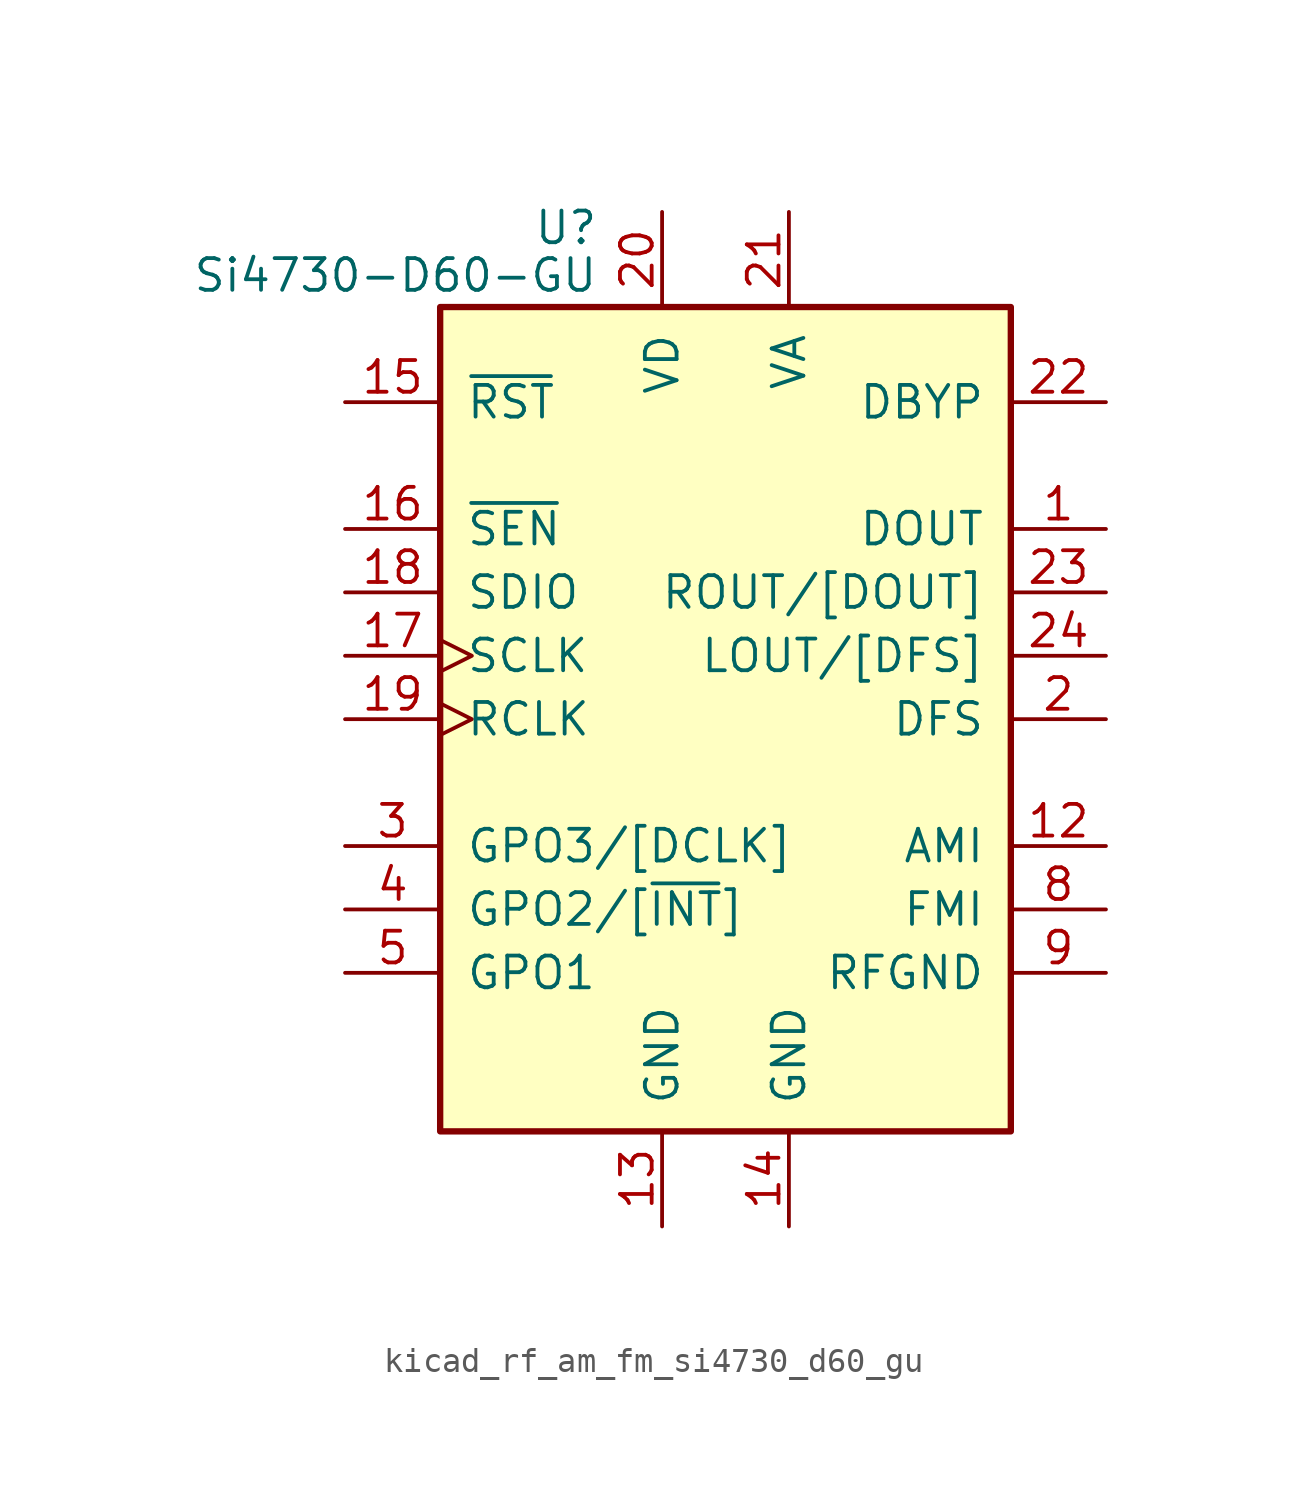
<source format=kicad_sym>
(kicad_symbol_lib
  (version 20220914)
  (generator kicad_symbol_editor)
  (symbol "kicad_rf_am_fm_si4730_d60_gu"
    (pin_names
      (offset 1.016))
    (property "Reference" "U"
      (at -5.08 19.685 0)
      (effects (font (size 1.27 1.27)) (justify right)))
    (property "Value" "Si4730-D60-GU"
      (at -5.08 17.78 0)
      (effects (font (size 1.27 1.27)) (justify right)))
    (symbol "kicad_rf_am_fm_si4730_d60_gu_0_1"
      (rectangle (start 11.43 16.51) (end -11.43 -16.51) (stroke (width 0.254) (type default)) (fill (type background))))
    (symbol "kicad_rf_am_fm_si4730_d60_gu_1_1"
      (pin output line (at 15.24 7.62 180) (length 3.81) (name "DOUT" (effects (font (size 1.27 1.27)))) (number "1" (effects (font (size 1.27 1.27)))))
      (pin no_connect line (at -5.08 -16.51 90) (length 3.81) hide (name "NC" (effects (font (size 1.27 1.27)))) (number "10" (effects (font (size 1.27 1.27)))))
      (pin no_connect line (at 5.08 -16.51 90) (length 3.81) hide (name "NC" (effects (font (size 1.27 1.27)))) (number "11" (effects (font (size 1.27 1.27)))))
      (pin input line (at 15.24 -5.08 180) (length 3.81) (name "AMI" (effects (font (size 1.27 1.27)))) (number "12" (effects (font (size 1.27 1.27)))))
      (pin power_in line (at -2.54 -20.32 90) (length 3.81) (name "GND" (effects (font (size 1.27 1.27)))) (number "13" (effects (font (size 1.27 1.27)))))
      (pin power_in line (at 2.54 -20.32 90) (length 3.81) (name "GND" (effects (font (size 1.27 1.27)))) (number "14" (effects (font (size 1.27 1.27)))))
      (pin input line (at -15.24 12.7 0) (length 3.81) (name "~{RST}" (effects (font (size 1.27 1.27)))) (number "15" (effects (font (size 1.27 1.27)))))
      (pin input line (at -15.24 7.62 0) (length 3.81) (name "~{SEN}" (effects (font (size 1.27 1.27)))) (number "16" (effects (font (size 1.27 1.27)))))
      (pin input clock (at -15.24 2.54 0) (length 3.81) (name "SCLK" (effects (font (size 1.27 1.27)))) (number "17" (effects (font (size 1.27 1.27)))))
      (pin bidirectional line (at -15.24 5.08 0) (length 3.81) (name "SDIO" (effects (font (size 1.27 1.27)))) (number "18" (effects (font (size 1.27 1.27)))))
      (pin input clock (at -15.24 0 0) (length 3.81) (name "RCLK" (effects (font (size 1.27 1.27)))) (number "19" (effects (font (size 1.27 1.27)))))
      (pin input line (at 15.24 0 180) (length 3.81) (name "DFS" (effects (font (size 1.27 1.27)))) (number "2" (effects (font (size 1.27 1.27)))))
      (pin power_in line (at -2.54 20.32 270) (length 3.81) (name "VD" (effects (font (size 1.27 1.27)))) (number "20" (effects (font (size 1.27 1.27)))))
      (pin power_in line (at 2.54 20.32 270) (length 3.81) (name "VA" (effects (font (size 1.27 1.27)))) (number "21" (effects (font (size 1.27 1.27)))))
      (pin passive line (at 15.24 12.7 180) (length 3.81) (name "DBYP" (effects (font (size 1.27 1.27)))) (number "22" (effects (font (size 1.27 1.27)))))
      (pin output line (at 15.24 5.08 180) (length 3.81) (name "ROUT/[DOUT]" (effects (font (size 1.27 1.27)))) (number "23" (effects (font (size 1.27 1.27)))))
      (pin bidirectional line (at 15.24 2.54 180) (length 3.81) (name "LOUT/[DFS]" (effects (font (size 1.27 1.27)))) (number "24" (effects (font (size 1.27 1.27)))))
      (pin bidirectional line (at -15.24 -5.08 0) (length 3.81) (name "GPO3/[DCLK]" (effects (font (size 1.27 1.27)))) (number "3" (effects (font (size 1.27 1.27)))))
      (pin output line (at -15.24 -7.62 0) (length 3.81) (name "GPO2/[~{INT}]" (effects (font (size 1.27 1.27)))) (number "4" (effects (font (size 1.27 1.27)))))
      (pin output line (at -15.24 -10.16 0) (length 3.81) (name "GPO1" (effects (font (size 1.27 1.27)))) (number "5" (effects (font (size 1.27 1.27)))))
      (pin no_connect line (at -11.43 -12.7 0) (length 3.81) hide (name "NC" (effects (font (size 1.27 1.27)))) (number "6" (effects (font (size 1.27 1.27)))))
      (pin no_connect line (at 11.43 -12.7 180) (length 3.81) hide (name "NC" (effects (font (size 1.27 1.27)))) (number "7" (effects (font (size 1.27 1.27)))))
      (pin input line (at 15.24 -7.62 180) (length 3.81) (name "FMI" (effects (font (size 1.27 1.27)))) (number "8" (effects (font (size 1.27 1.27)))))
      (pin power_in line (at 15.24 -10.16 180) (length 3.81) (name "RFGND" (effects (font (size 1.27 1.27)))) (number "9" (effects (font (size 1.27 1.27))))))))
</source>
